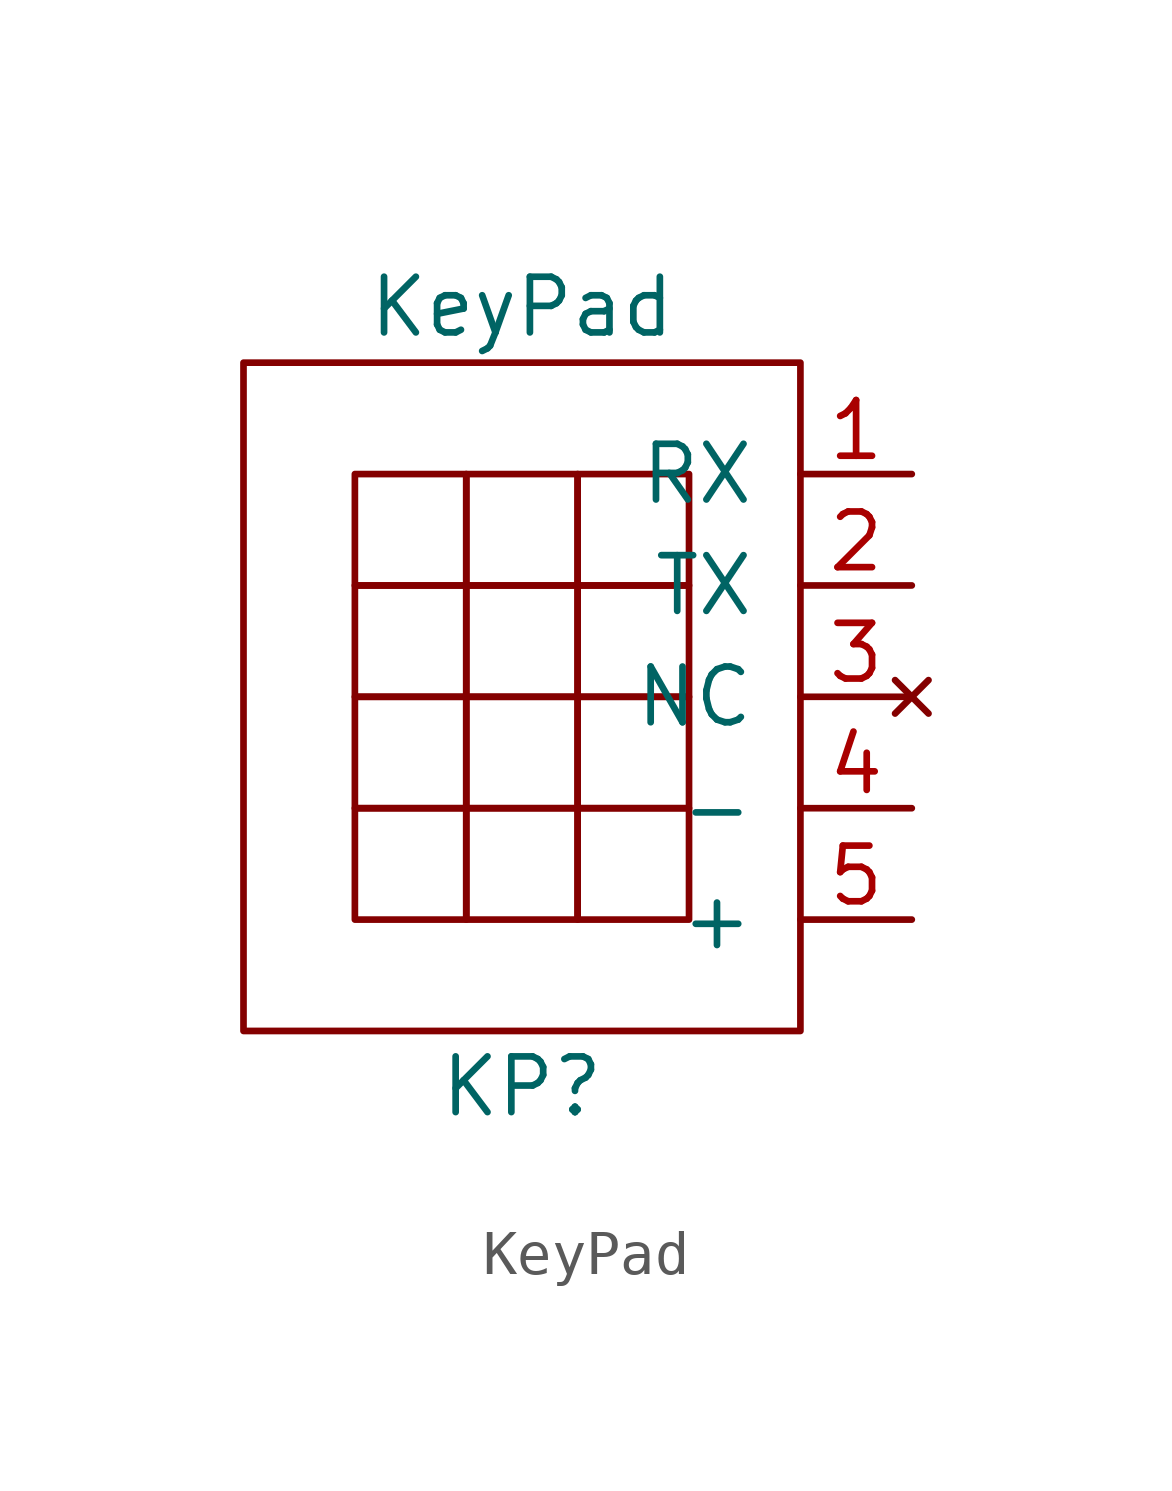
<source format=kicad_sym>
(kicad_symbol_lib
  (version 20220914)
  (generator kicad_symbol_editor)
  (symbol "KeyPad"
    (pin_names
      (offset 1.016))
    (property "Reference" "KP"
      (at 0 -8.89 0)
      (effects (font (size 1.27 1.27))))
    (property "Value" "KeyPad"
      (at 0 8.89 0)
      (effects (font (size 1.27 1.27))))
    (symbol "KeyPad_0_1"
      (rectangle (start -6.35 7.62) (end 6.35 -7.62) (stroke (width 0) (type solid)) (fill (type none)))
      (rectangle (start -3.81 -2.54) (end -1.27 -5.08) (stroke (width 0) (type solid)) (fill (type none)))
      (rectangle (start -3.81 0) (end -1.27 -2.54) (stroke (width 0) (type solid)) (fill (type none)))
      (rectangle (start -3.81 2.54) (end -1.27 0) (stroke (width 0) (type solid)) (fill (type none)))
      (rectangle (start -3.81 5.08) (end -1.27 2.54) (stroke (width 0) (type solid)) (fill (type none)))
      (rectangle (start -1.27 -2.54) (end 1.27 -5.08) (stroke (width 0) (type solid)) (fill (type none)))
      (rectangle (start -1.27 0) (end 1.27 -2.54) (stroke (width 0) (type solid)) (fill (type none)))
      (rectangle (start -1.27 2.54) (end 1.27 0) (stroke (width 0) (type solid)) (fill (type none)))
      (rectangle (start -1.27 5.08) (end 1.27 2.54) (stroke (width 0) (type solid)) (fill (type none)))
      (rectangle (start 1.27 -2.54) (end 3.81 -5.08) (stroke (width 0) (type solid)) (fill (type none)))
      (rectangle (start 1.27 0) (end 3.81 -2.54) (stroke (width 0) (type solid)) (fill (type none)))
      (rectangle (start 1.27 2.54) (end 3.81 0) (stroke (width 0) (type solid)) (fill (type none)))
      (rectangle (start 1.27 5.08) (end 3.81 2.54) (stroke (width 0) (type solid)) (fill (type none))))
    (symbol "KeyPad_1_1"
      (pin input line (at 8.89 5.08 180) (length 2.54) (name "RX" (effects (font (size 1.27 1.27)))) (number "1" (effects (font (size 1.27 1.27)))))
      (pin output line (at 8.89 2.54 180) (length 2.54) (name "TX" (effects (font (size 1.27 1.27)))) (number "2" (effects (font (size 1.27 1.27)))))
      (pin no_connect line (at 8.89 0 180) (length 2.54) (name "NC" (effects (font (size 1.27 1.27)))) (number "3" (effects (font (size 1.27 1.27)))))
      (pin power_out line (at 8.89 -2.54 180) (length 2.54) (name "-" (effects (font (size 1.27 1.27)))) (number "4" (effects (font (size 1.27 1.27)))))
      (pin power_in line (at 8.89 -5.08 180) (length 2.54) (name "+" (effects (font (size 1.27 1.27)))) (number "5" (effects (font (size 1.27 1.27))))))))
</source>
